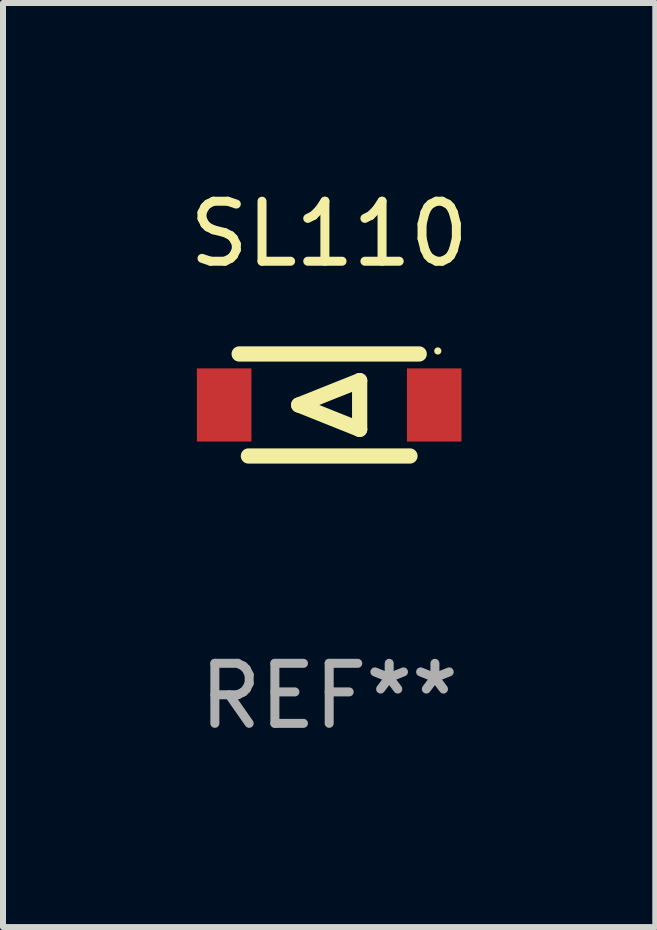
<source format=kicad_pcb>
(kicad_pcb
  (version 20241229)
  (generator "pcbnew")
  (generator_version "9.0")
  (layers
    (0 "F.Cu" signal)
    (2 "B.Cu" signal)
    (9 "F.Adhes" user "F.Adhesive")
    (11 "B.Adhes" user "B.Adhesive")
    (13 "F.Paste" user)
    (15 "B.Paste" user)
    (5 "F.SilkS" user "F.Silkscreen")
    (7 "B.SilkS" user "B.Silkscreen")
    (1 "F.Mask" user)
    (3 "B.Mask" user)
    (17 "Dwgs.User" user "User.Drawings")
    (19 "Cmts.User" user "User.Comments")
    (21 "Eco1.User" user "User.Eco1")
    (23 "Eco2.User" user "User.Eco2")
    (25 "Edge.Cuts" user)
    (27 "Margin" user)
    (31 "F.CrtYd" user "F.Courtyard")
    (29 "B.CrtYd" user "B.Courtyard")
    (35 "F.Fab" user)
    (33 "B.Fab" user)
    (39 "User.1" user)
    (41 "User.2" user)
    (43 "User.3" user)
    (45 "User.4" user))
  (footprint "SL110"
    (layer "F.Cu")
    (at 2.435 3.698)
    (property "Reference" "SL110" (at 0 -2.85 0) (layer "F.SilkS") (effects (font (size 1 1) (thickness 0.15))))
    (attr through_hole)
    (fp_line (start -1.5 -0.85) (end 1.5 -0.85) (stroke (width 0.254) (type solid)) (layer "F.SilkS"))
    (fp_line (start -0.508 0) (end 0.508 -0.406) (stroke (width 0.254) (type solid)) (layer "F.SilkS"))
    (fp_line (start 0.508 -0.406) (end 0.508 0.406) (stroke (width 0.254) (type solid)) (layer "F.SilkS"))
    (fp_line (start 0.508 0.406) (end -0.508 0) (stroke (width 0.254) (type solid)) (layer "F.SilkS"))
    (fp_line (start 1.346 0.85) (end -1.346 0.85) (stroke (width 0.254) (type solid)) (layer "F.SilkS"))
    (fp_circle (center 1.81 -0.9) (end 1.84 -0.9) (stroke (width 0.06) (type solid)) (fill no) (layer "F.SilkS"))
    (fp_text user "REF**" (at 0 4.85 0) (layer "F.Fab") (effects (font (size 1 1) (thickness 0.15))))
    (pad "1" smd rect (at 1.75 0) (size 0.909 1.219) (layers "F.Cu" "F.Mask" "F.Paste"))
    (pad "2" smd rect (at -1.75 0) (size 0.909 1.219) (layers "F.Cu" "F.Mask" "F.Paste")))
  (gr_rect
    (start -3 -3)
    (end 7.869 12.397)
    (stroke (width 0.1) (type default))
    (fill no)
    (layer "Edge.Cuts")))
</source>
